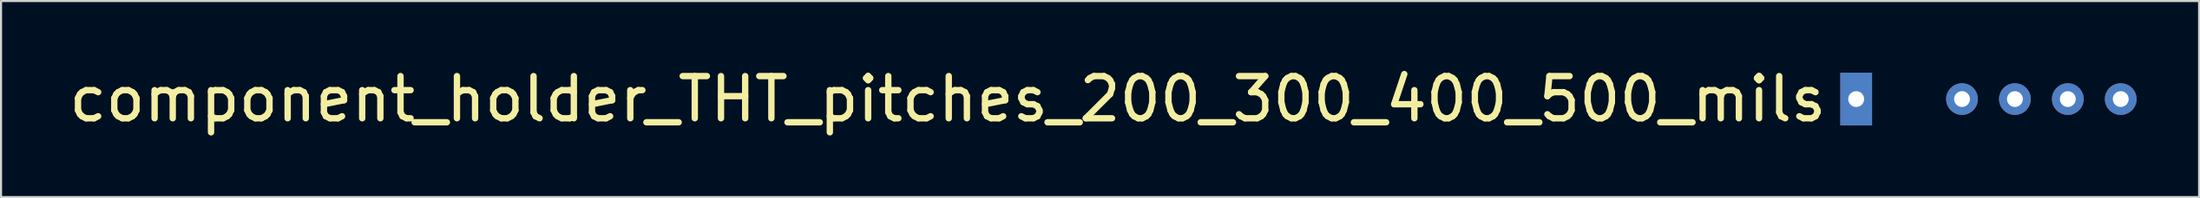
<source format=kicad_pcb>
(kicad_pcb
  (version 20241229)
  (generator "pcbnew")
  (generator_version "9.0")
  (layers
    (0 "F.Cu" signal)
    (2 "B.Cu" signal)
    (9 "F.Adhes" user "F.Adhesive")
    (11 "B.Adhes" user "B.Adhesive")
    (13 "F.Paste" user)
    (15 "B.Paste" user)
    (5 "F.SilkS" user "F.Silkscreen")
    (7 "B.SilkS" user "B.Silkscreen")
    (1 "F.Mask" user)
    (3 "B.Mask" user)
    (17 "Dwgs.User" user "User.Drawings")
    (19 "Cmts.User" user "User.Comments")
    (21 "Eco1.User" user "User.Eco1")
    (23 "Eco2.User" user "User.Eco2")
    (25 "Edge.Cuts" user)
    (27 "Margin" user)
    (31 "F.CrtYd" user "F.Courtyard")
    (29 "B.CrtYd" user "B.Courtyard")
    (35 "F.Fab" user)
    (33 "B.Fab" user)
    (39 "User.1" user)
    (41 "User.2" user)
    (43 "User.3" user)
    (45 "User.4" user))
  (footprint "component_holder_THT_pitches_200_300_400_500_mils"
    (layer "F.Cu")
    (at 86.058 1.724)
    (property "Reference" "component_holder_THT_pitches_200_300_400_500_mils" (at -1.27 0 0) (unlocked yes) (layer "F.SilkS") (effects (font (size 2.032 2.032) (thickness 0.305)) (justify right)))
    (attr through_hole)
    (pad "1" thru_hole rect (at 0 0) (size 1.524 2.54) (drill 0.762) (layers "*.Cu" "*.Mask"))
    (pad "2" thru_hole circle (at 5.08 0) (size 1.524 1.524) (drill 0.762) (layers "*.Cu" "*.Mask"))
    (pad "2" thru_hole circle (at 7.62 0) (size 1.524 1.524) (drill 0.762) (layers "*.Cu" "*.Mask"))
    (pad "2" thru_hole circle (at 10.16 0) (size 1.524 1.524) (drill 0.762) (layers "*.Cu" "*.Mask"))
    (pad "2" thru_hole circle (at 12.7 0) (size 1.524 1.524) (drill 0.762) (layers "*.Cu" "*.Mask")))
  (gr_rect
    (start -3 -3)
    (end 102.52 6.447)
    (stroke (width 0.1) (type default))
    (fill no)
    (layer "Edge.Cuts")))
</source>
